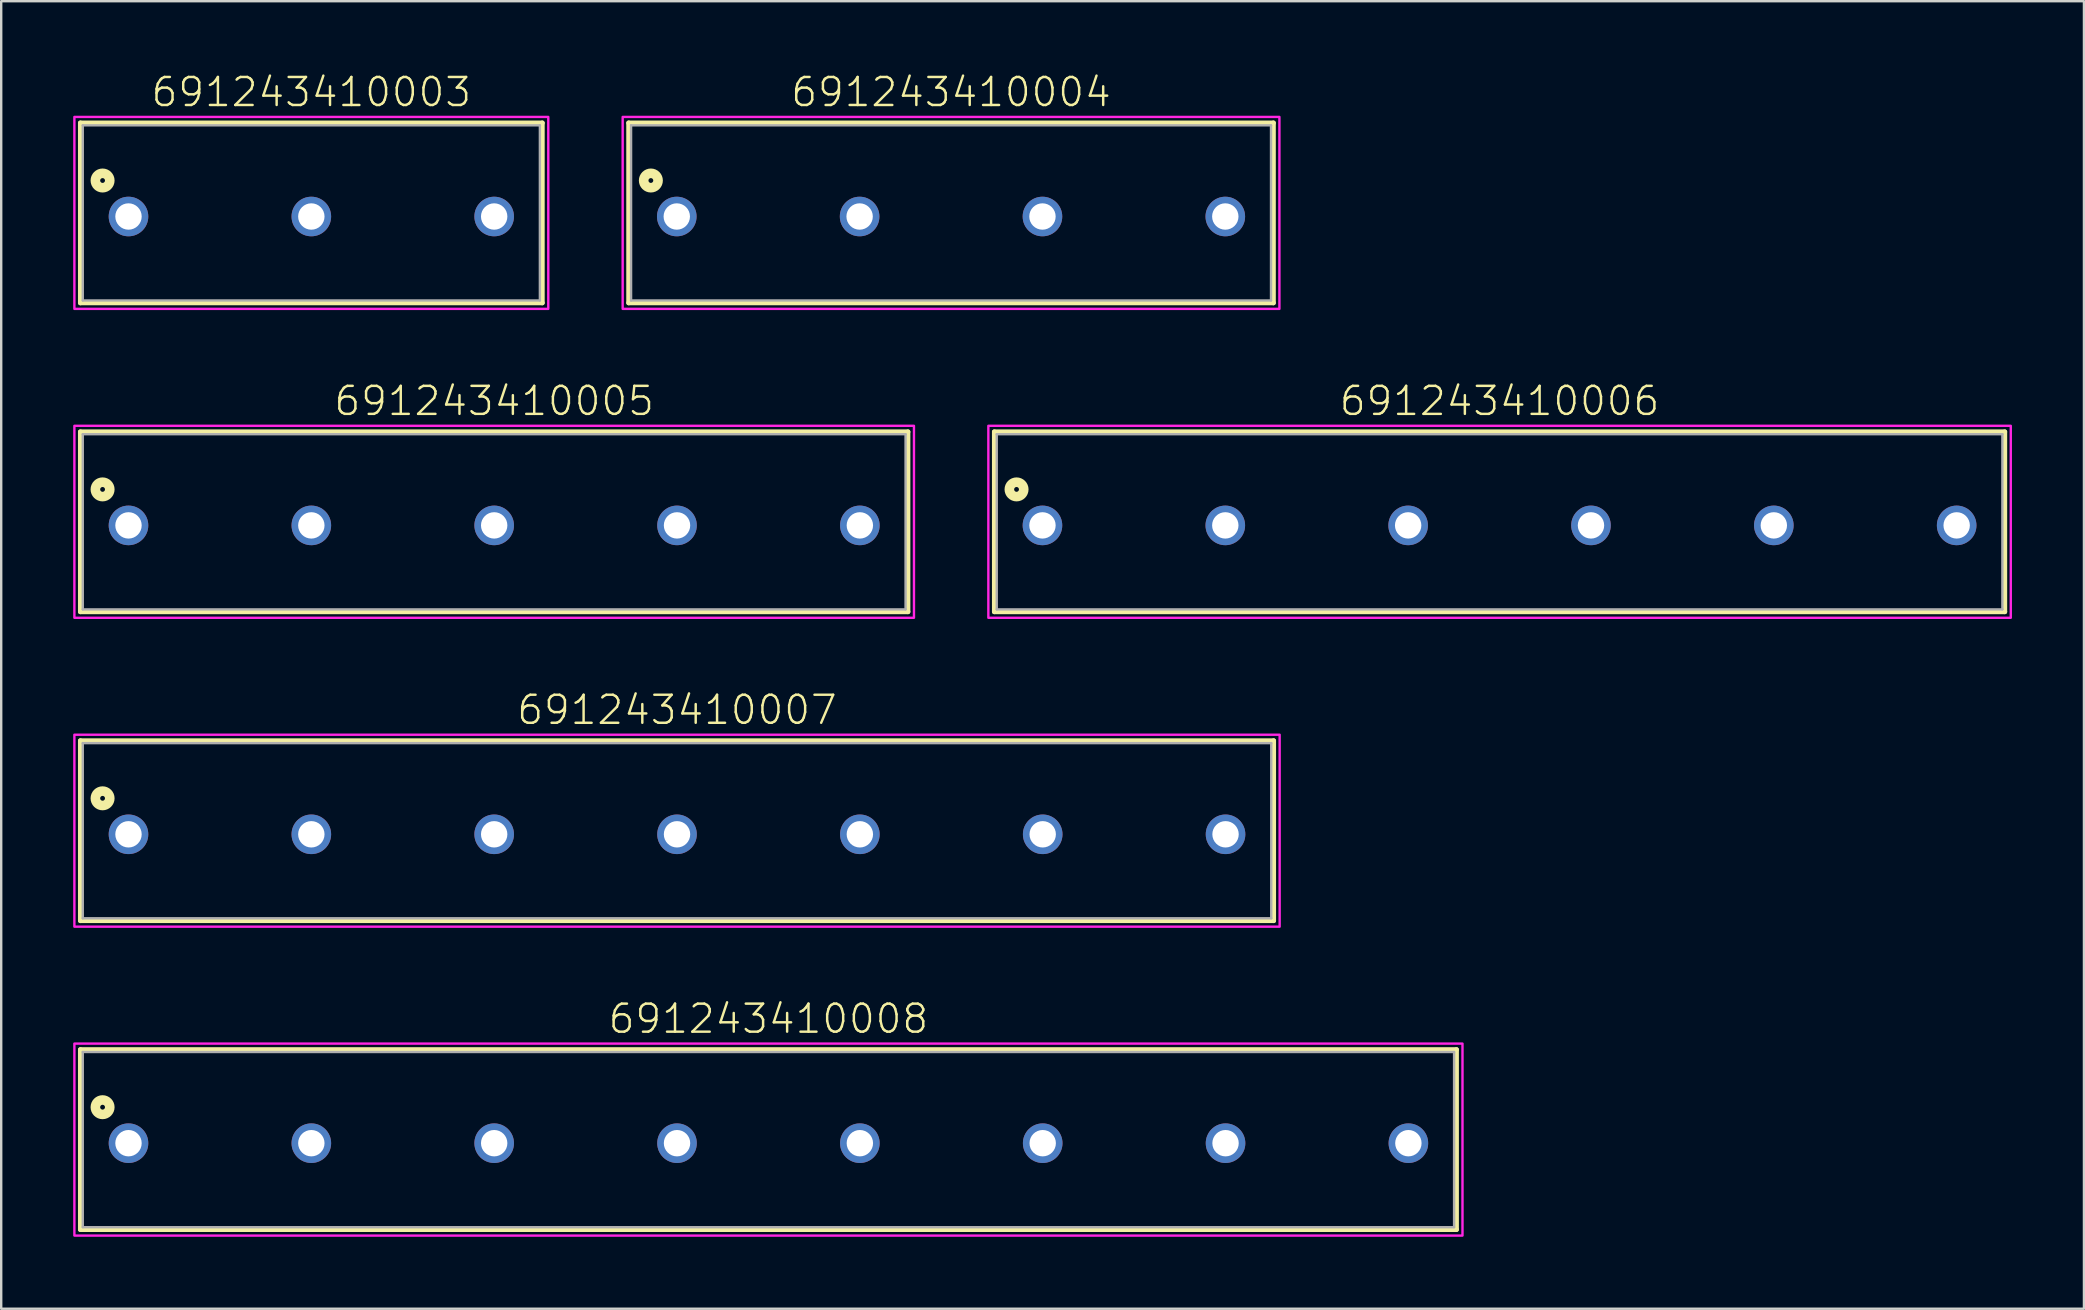
<source format=kicad_pcb>
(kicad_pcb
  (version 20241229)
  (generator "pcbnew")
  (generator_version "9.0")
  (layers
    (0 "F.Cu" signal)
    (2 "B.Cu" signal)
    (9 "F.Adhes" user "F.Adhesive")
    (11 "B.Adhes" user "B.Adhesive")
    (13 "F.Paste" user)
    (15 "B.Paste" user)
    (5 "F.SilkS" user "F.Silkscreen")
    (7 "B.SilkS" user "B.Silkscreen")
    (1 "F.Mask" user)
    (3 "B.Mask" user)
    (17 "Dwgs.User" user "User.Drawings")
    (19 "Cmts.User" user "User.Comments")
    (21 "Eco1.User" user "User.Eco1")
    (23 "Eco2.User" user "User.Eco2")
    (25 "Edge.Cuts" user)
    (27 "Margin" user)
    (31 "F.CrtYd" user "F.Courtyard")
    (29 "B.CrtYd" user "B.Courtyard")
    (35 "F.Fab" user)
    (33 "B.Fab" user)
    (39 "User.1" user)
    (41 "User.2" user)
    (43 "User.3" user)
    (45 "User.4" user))
  (footprint "691243410007"
    (layer "F.Cu")
    (at 25.165 31.72)
    (property "Reference" "691243410007" (at 0 -4.5 0) (unlocked yes) (layer "F.SilkS") (effects (font (size 1.168 1.168) (thickness 0.102)) (justify bottom)))
    (fp_line (start -24.865 -3.9) (end 24.865 -3.9) (stroke (width 0.2) (type solid)) (layer "F.SilkS"))
    (fp_line (start -24.865 3.6) (end -24.865 -3.9) (stroke (width 0.2) (type solid)) (layer "F.SilkS"))
    (fp_line (start 24.865 -3.9) (end 24.865 3.6) (stroke (width 0.2) (type solid)) (layer "F.SilkS"))
    (fp_line (start 24.865 3.6) (end -24.865 3.6) (stroke (width 0.2) (type solid)) (layer "F.SilkS"))
    (fp_circle (center -23.94 -1.5) (end -23.84 -1.5) (stroke (width 0.4) (type solid)) (fill no) (layer "F.SilkS"))
    (fp_poly (pts (xy 25.115 3.85) (xy -25.115 3.85) (xy -25.115 -4.15) (xy 25.115 -4.15)) (stroke (width 0.1) (type default)) (fill no) (layer "F.CrtYd"))
    (fp_line (start -24.765 -3.8) (end -24.765 3.5) (stroke (width 0.1) (type solid)) (layer "F.Fab"))
    (fp_line (start -24.765 -3.8) (end 24.765 -3.8) (stroke (width 0.1) (type solid)) (layer "F.Fab"))
    (fp_line (start 24.765 -3.8) (end 24.765 3.5) (stroke (width 0.1) (type solid)) (layer "F.Fab"))
    (fp_line (start 24.765 3.5) (end -24.765 3.5) (stroke (width 0.1) (type solid)) (layer "F.Fab"))
    (pad "1" thru_hole circle (at -22.86 0) (size 1.65 1.65) (drill 1.1) (layers "*.Cu" "*.Mask"))
    (pad "2" thru_hole circle (at -15.24 0) (size 1.65 1.65) (drill 1.1) (layers "*.Cu" "*.Mask"))
    (pad "3" thru_hole circle (at -7.62 0) (size 1.65 1.65) (drill 1.1) (layers "*.Cu" "*.Mask"))
    (pad "4" thru_hole circle (at 0 0) (size 1.65 1.65) (drill 1.1) (layers "*.Cu" "*.Mask"))
    (pad "5" thru_hole circle (at 7.62 0) (size 1.65 1.65) (drill 1.1) (layers "*.Cu" "*.Mask"))
    (pad "6" thru_hole circle (at 15.24 0) (size 1.65 1.65) (drill 1.1) (layers "*.Cu" "*.Mask"))
    (pad "7" thru_hole circle (at 22.86 0) (size 1.65 1.65) (drill 1.1) (layers "*.Cu" "*.Mask")))
  (footprint "691243410006"
    (layer "F.Cu")
    (at 59.445 18.846)
    (property "Reference" "691243410006" (at 0 -4.5 0) (unlocked yes) (layer "F.SilkS") (effects (font (size 1.168 1.168) (thickness 0.102)) (justify bottom)))
    (fp_line (start -21.055 -3.9) (end 21.055 -3.9) (stroke (width 0.2) (type solid)) (layer "F.SilkS"))
    (fp_line (start -21.055 3.6) (end -21.055 -3.9) (stroke (width 0.2) (type solid)) (layer "F.SilkS"))
    (fp_line (start 21.055 -3.9) (end 21.055 3.6) (stroke (width 0.2) (type solid)) (layer "F.SilkS"))
    (fp_line (start 21.055 3.6) (end -21.055 3.6) (stroke (width 0.2) (type solid)) (layer "F.SilkS"))
    (fp_circle (center -20.13 -1.5) (end -20.03 -1.5) (stroke (width 0.4) (type solid)) (fill no) (layer "F.SilkS"))
    (fp_poly (pts (xy 21.305 3.85) (xy -21.305 3.85) (xy -21.305 -4.15) (xy 21.305 -4.15)) (stroke (width 0.1) (type default)) (fill no) (layer "F.CrtYd"))
    (fp_line (start -20.955 -3.8) (end -20.955 3.5) (stroke (width 0.1) (type solid)) (layer "F.Fab"))
    (fp_line (start -20.955 -3.8) (end 20.955 -3.8) (stroke (width 0.1) (type solid)) (layer "F.Fab"))
    (fp_line (start 20.955 -3.8) (end 20.955 3.5) (stroke (width 0.1) (type solid)) (layer "F.Fab"))
    (fp_line (start 20.955 3.5) (end -20.955 3.5) (stroke (width 0.1) (type solid)) (layer "F.Fab"))
    (pad "1" thru_hole circle (at -19.05 0) (size 1.65 1.65) (drill 1.1) (layers "*.Cu" "*.Mask"))
    (pad "2" thru_hole circle (at -11.43 0) (size 1.65 1.65) (drill 1.1) (layers "*.Cu" "*.Mask"))
    (pad "3" thru_hole circle (at -3.81 0) (size 1.65 1.65) (drill 1.1) (layers "*.Cu" "*.Mask"))
    (pad "4" thru_hole circle (at 3.81 0) (size 1.65 1.65) (drill 1.1) (layers "*.Cu" "*.Mask"))
    (pad "5" thru_hole circle (at 11.43 0) (size 1.65 1.65) (drill 1.1) (layers "*.Cu" "*.Mask"))
    (pad "6" thru_hole circle (at 19.05 0) (size 1.65 1.65) (drill 1.1) (layers "*.Cu" "*.Mask")))
  (footprint "691243410008"
    (layer "F.Cu")
    (at 28.975 44.593)
    (property "Reference" "691243410008" (at 0 -4.5 0) (unlocked yes) (layer "F.SilkS") (effects (font (size 1.168 1.168) (thickness 0.102)) (justify bottom)))
    (fp_line (start -28.675 -3.9) (end 28.675 -3.9) (stroke (width 0.2) (type solid)) (layer "F.SilkS"))
    (fp_line (start -28.675 3.6) (end -28.675 -3.9) (stroke (width 0.2) (type solid)) (layer "F.SilkS"))
    (fp_line (start 28.675 -3.9) (end 28.675 3.6) (stroke (width 0.2) (type solid)) (layer "F.SilkS"))
    (fp_line (start 28.675 3.6) (end -28.675 3.6) (stroke (width 0.2) (type solid)) (layer "F.SilkS"))
    (fp_circle (center -27.75 -1.5) (end -27.65 -1.5) (stroke (width 0.4) (type solid)) (fill no) (layer "F.SilkS"))
    (fp_poly (pts (xy 28.925 3.85) (xy -28.925 3.85) (xy -28.925 -4.15) (xy 28.925 -4.15)) (stroke (width 0.1) (type default)) (fill no) (layer "F.CrtYd"))
    (fp_line (start -28.575 -3.8) (end -28.575 3.5) (stroke (width 0.1) (type solid)) (layer "F.Fab"))
    (fp_line (start -28.575 -3.8) (end 28.575 -3.8) (stroke (width 0.1) (type solid)) (layer "F.Fab"))
    (fp_line (start 28.575 -3.8) (end 28.575 3.5) (stroke (width 0.1) (type solid)) (layer "F.Fab"))
    (fp_line (start 28.575 3.5) (end -28.575 3.5) (stroke (width 0.1) (type solid)) (layer "F.Fab"))
    (pad "1" thru_hole circle (at -26.67 0) (size 1.65 1.65) (drill 1.1) (layers "*.Cu" "*.Mask"))
    (pad "2" thru_hole circle (at -19.05 0) (size 1.65 1.65) (drill 1.1) (layers "*.Cu" "*.Mask"))
    (pad "3" thru_hole circle (at -11.43 0) (size 1.65 1.65) (drill 1.1) (layers "*.Cu" "*.Mask"))
    (pad "4" thru_hole circle (at -3.81 0) (size 1.65 1.65) (drill 1.1) (layers "*.Cu" "*.Mask"))
    (pad "5" thru_hole circle (at 3.81 0) (size 1.65 1.65) (drill 1.1) (layers "*.Cu" "*.Mask"))
    (pad "6" thru_hole circle (at 11.43 0) (size 1.65 1.65) (drill 1.1) (layers "*.Cu" "*.Mask"))
    (pad "7" thru_hole circle (at 19.05 0) (size 1.65 1.65) (drill 1.1) (layers "*.Cu" "*.Mask"))
    (pad "8" thru_hole circle (at 26.67 0) (size 1.65 1.65) (drill 1.1) (layers "*.Cu" "*.Mask")))
  (footprint "691243410003"
    (layer "F.Cu")
    (at 9.925 5.973)
    (property "Reference" "691243410003" (at 0 -4.5 0) (unlocked yes) (layer "F.SilkS") (effects (font (size 1.168 1.168) (thickness 0.102)) (justify bottom)))
    (fp_line (start -9.625 -3.9) (end 9.625 -3.9) (stroke (width 0.2) (type solid)) (layer "F.SilkS"))
    (fp_line (start -9.625 3.6) (end -9.625 -3.9) (stroke (width 0.2) (type solid)) (layer "F.SilkS"))
    (fp_line (start 9.625 -3.9) (end 9.625 3.6) (stroke (width 0.2) (type solid)) (layer "F.SilkS"))
    (fp_line (start 9.625 3.6) (end -9.625 3.6) (stroke (width 0.2) (type solid)) (layer "F.SilkS"))
    (fp_circle (center -8.7 -1.5) (end -8.6 -1.5) (stroke (width 0.4) (type solid)) (fill no) (layer "F.SilkS"))
    (fp_poly (pts (xy 9.875 3.85) (xy -9.875 3.85) (xy -9.875 -4.15) (xy 9.875 -4.15)) (stroke (width 0.1) (type default)) (fill no) (layer "F.CrtYd"))
    (fp_line (start -9.525 -3.8) (end -9.525 3.5) (stroke (width 0.1) (type solid)) (layer "F.Fab"))
    (fp_line (start -9.525 -3.8) (end 9.525 -3.8) (stroke (width 0.1) (type solid)) (layer "F.Fab"))
    (fp_line (start 9.525 -3.8) (end 9.525 3.5) (stroke (width 0.1) (type solid)) (layer "F.Fab"))
    (fp_line (start 9.525 3.5) (end -9.525 3.5) (stroke (width 0.1) (type solid)) (layer "F.Fab"))
    (pad "1" thru_hole circle (at -7.62 0) (size 1.65 1.65) (drill 1.1) (layers "*.Cu" "*.Mask"))
    (pad "2" thru_hole circle (at 0 0) (size 1.65 1.65) (drill 1.1) (layers "*.Cu" "*.Mask"))
    (pad "3" thru_hole circle (at 7.62 0) (size 1.65 1.65) (drill 1.1) (layers "*.Cu" "*.Mask")))
  (footprint "691243410005"
    (layer "F.Cu")
    (at 17.545 18.846)
    (property "Reference" "691243410005" (at 0 -4.5 0) (unlocked yes) (layer "F.SilkS") (effects (font (size 1.168 1.168) (thickness 0.102)) (justify bottom)))
    (fp_line (start -17.245 -3.9) (end 17.245 -3.9) (stroke (width 0.2) (type solid)) (layer "F.SilkS"))
    (fp_line (start -17.245 3.6) (end -17.245 -3.9) (stroke (width 0.2) (type solid)) (layer "F.SilkS"))
    (fp_line (start 17.245 -3.9) (end 17.245 3.6) (stroke (width 0.2) (type solid)) (layer "F.SilkS"))
    (fp_line (start 17.245 3.6) (end -17.245 3.6) (stroke (width 0.2) (type solid)) (layer "F.SilkS"))
    (fp_circle (center -16.32 -1.5) (end -16.22 -1.5) (stroke (width 0.4) (type solid)) (fill no) (layer "F.SilkS"))
    (fp_poly (pts (xy 17.495 3.85) (xy -17.495 3.85) (xy -17.495 -4.15) (xy 17.495 -4.15)) (stroke (width 0.1) (type default)) (fill no) (layer "F.CrtYd"))
    (fp_line (start -17.145 -3.8) (end -17.145 3.5) (stroke (width 0.1) (type solid)) (layer "F.Fab"))
    (fp_line (start -17.145 -3.8) (end 17.145 -3.8) (stroke (width 0.1) (type solid)) (layer "F.Fab"))
    (fp_line (start 17.145 -3.8) (end 17.145 3.5) (stroke (width 0.1) (type solid)) (layer "F.Fab"))
    (fp_line (start 17.145 3.5) (end -17.145 3.5) (stroke (width 0.1) (type solid)) (layer "F.Fab"))
    (pad "1" thru_hole circle (at -15.24 0) (size 1.65 1.65) (drill 1.1) (layers "*.Cu" "*.Mask"))
    (pad "2" thru_hole circle (at -7.62 0) (size 1.65 1.65) (drill 1.1) (layers "*.Cu" "*.Mask"))
    (pad "3" thru_hole circle (at 0 0) (size 1.65 1.65) (drill 1.1) (layers "*.Cu" "*.Mask"))
    (pad "4" thru_hole circle (at 7.62 0) (size 1.65 1.65) (drill 1.1) (layers "*.Cu" "*.Mask"))
    (pad "5" thru_hole circle (at 15.24 0) (size 1.65 1.65) (drill 1.1) (layers "*.Cu" "*.Mask")))
  (footprint "691243410004"
    (layer "F.Cu")
    (at 36.585 5.973)
    (property "Reference" "691243410004" (at 0 -4.5 0) (unlocked yes) (layer "F.SilkS") (effects (font (size 1.168 1.168) (thickness 0.102)) (justify bottom)))
    (fp_line (start -13.435 -3.9) (end 13.435 -3.9) (stroke (width 0.2) (type solid)) (layer "F.SilkS"))
    (fp_line (start -13.435 3.6) (end -13.435 -3.9) (stroke (width 0.2) (type solid)) (layer "F.SilkS"))
    (fp_line (start 13.435 -3.9) (end 13.435 3.6) (stroke (width 0.2) (type solid)) (layer "F.SilkS"))
    (fp_line (start 13.435 3.6) (end -13.435 3.6) (stroke (width 0.2) (type solid)) (layer "F.SilkS"))
    (fp_circle (center -12.51 -1.5) (end -12.41 -1.5) (stroke (width 0.4) (type solid)) (fill no) (layer "F.SilkS"))
    (fp_poly (pts (xy 13.685 3.85) (xy -13.685 3.85) (xy -13.685 -4.15) (xy 13.685 -4.15)) (stroke (width 0.1) (type default)) (fill no) (layer "F.CrtYd"))
    (fp_line (start -13.335 -3.8) (end -13.335 3.5) (stroke (width 0.1) (type solid)) (layer "F.Fab"))
    (fp_line (start -13.335 -3.8) (end 13.335 -3.8) (stroke (width 0.1) (type solid)) (layer "F.Fab"))
    (fp_line (start 13.335 -3.8) (end 13.335 3.5) (stroke (width 0.1) (type solid)) (layer "F.Fab"))
    (fp_line (start 13.335 3.5) (end -13.335 3.5) (stroke (width 0.1) (type solid)) (layer "F.Fab"))
    (pad "1" thru_hole circle (at -11.43 0) (size 1.65 1.65) (drill 1.1) (layers "*.Cu" "*.Mask"))
    (pad "2" thru_hole circle (at -3.81 0) (size 1.65 1.65) (drill 1.1) (layers "*.Cu" "*.Mask"))
    (pad "3" thru_hole circle (at 3.81 0) (size 1.65 1.65) (drill 1.1) (layers "*.Cu" "*.Mask"))
    (pad "4" thru_hole circle (at 11.43 0) (size 1.65 1.65) (drill 1.1) (layers "*.Cu" "*.Mask")))
  (gr_rect
    (start -3 -3)
    (end 83.8 51.493)
    (stroke (width 0.1) (type default))
    (fill no)
    (layer "Edge.Cuts")))
</source>
